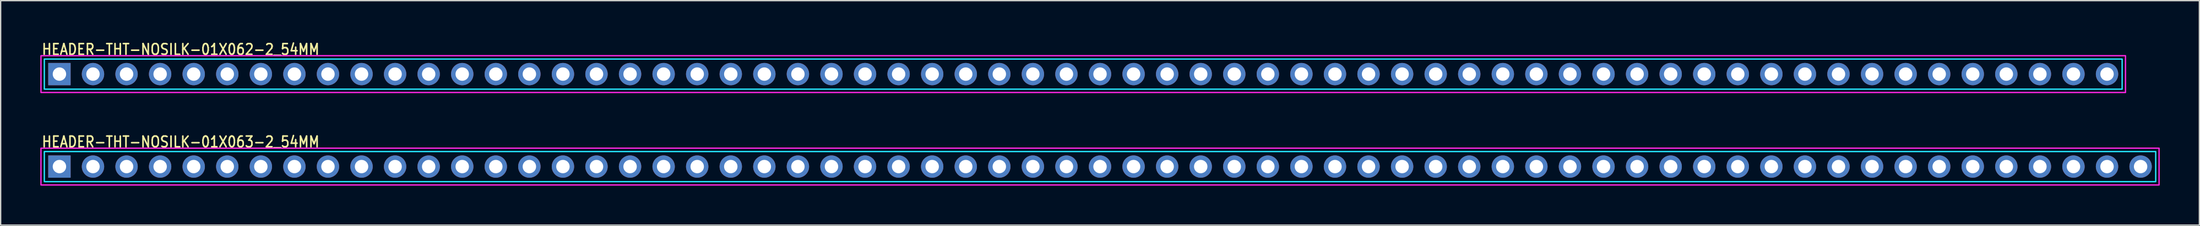
<source format=kicad_pcb>
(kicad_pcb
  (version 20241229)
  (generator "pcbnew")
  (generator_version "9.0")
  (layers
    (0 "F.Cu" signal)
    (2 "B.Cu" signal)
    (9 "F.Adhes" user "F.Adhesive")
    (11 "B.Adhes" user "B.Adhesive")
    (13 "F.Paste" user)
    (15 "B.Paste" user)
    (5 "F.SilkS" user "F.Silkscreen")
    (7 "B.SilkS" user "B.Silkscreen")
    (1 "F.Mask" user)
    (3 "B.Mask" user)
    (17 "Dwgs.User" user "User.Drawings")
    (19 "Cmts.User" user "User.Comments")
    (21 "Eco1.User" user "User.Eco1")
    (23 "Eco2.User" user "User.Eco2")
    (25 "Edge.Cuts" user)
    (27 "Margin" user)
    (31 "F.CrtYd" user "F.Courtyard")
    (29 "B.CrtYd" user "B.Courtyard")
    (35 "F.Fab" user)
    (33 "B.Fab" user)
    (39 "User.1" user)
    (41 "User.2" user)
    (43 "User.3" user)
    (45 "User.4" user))
  (footprint "HEADER-THT-NOSILK-01X063-2_54MM"
    (layer "F.Cu")
    (at 1.447 9.604)
    (property "Reference" "HEADER-THT-NOSILK-01X063-2_54MM" (at -1.4 -1.4 0) (unlocked yes) (layer "F.SilkS") (effects (font (size 0.813 0.695) (thickness 0.122)) (justify left bottom)))
    (fp_poly (pts (xy -1.143 -1.143) (xy 158.623 -1.143) (xy 158.623 1.143) (xy -1.143 1.143)) (stroke (width 0.1) (type solid)) (fill no) (layer "B.CrtYd"))
    (fp_poly (pts (xy -1.397 -1.397) (xy 158.877 -1.397) (xy 158.877 1.397) (xy -1.397 1.397)) (stroke (width 0.1) (type solid)) (fill no) (layer "F.CrtYd"))
    (pad "P$1" thru_hole rect (at 0 0) (size 1.693 1.693) (drill 1.016) (layers "*.Cu" "*.Mask"))
    (pad "P$2" thru_hole oval (at 2.54 0) (size 1.693 1.693) (drill 1.016) (layers "*.Cu" "*.Mask"))
    (pad "P$3" thru_hole oval (at 5.08 0) (size 1.693 1.693) (drill 1.016) (layers "*.Cu" "*.Mask"))
    (pad "P$4" thru_hole oval (at 7.62 0) (size 1.693 1.693) (drill 1.016) (layers "*.Cu" "*.Mask"))
    (pad "P$5" thru_hole oval (at 10.16 0) (size 1.693 1.693) (drill 1.016) (layers "*.Cu" "*.Mask"))
    (pad "P$6" thru_hole oval (at 12.7 0) (size 1.693 1.693) (drill 1.016) (layers "*.Cu" "*.Mask"))
    (pad "P$7" thru_hole oval (at 15.24 0) (size 1.693 1.693) (drill 1.016) (layers "*.Cu" "*.Mask"))
    (pad "P$8" thru_hole oval (at 17.78 0) (size 1.693 1.693) (drill 1.016) (layers "*.Cu" "*.Mask"))
    (pad "P$9" thru_hole oval (at 20.32 0) (size 1.693 1.693) (drill 1.016) (layers "*.Cu" "*.Mask"))
    (pad "P$10" thru_hole oval (at 22.86 0) (size 1.693 1.693) (drill 1.016) (layers "*.Cu" "*.Mask"))
    (pad "P$11" thru_hole oval (at 25.4 0) (size 1.693 1.693) (drill 1.016) (layers "*.Cu" "*.Mask"))
    (pad "P$12" thru_hole oval (at 27.94 0) (size 1.693 1.693) (drill 1.016) (layers "*.Cu" "*.Mask"))
    (pad "P$13" thru_hole oval (at 30.48 0) (size 1.693 1.693) (drill 1.016) (layers "*.Cu" "*.Mask"))
    (pad "P$14" thru_hole oval (at 33.02 0) (size 1.693 1.693) (drill 1.016) (layers "*.Cu" "*.Mask"))
    (pad "P$15" thru_hole oval (at 35.56 0) (size 1.693 1.693) (drill 1.016) (layers "*.Cu" "*.Mask"))
    (pad "P$16" thru_hole oval (at 38.1 0) (size 1.693 1.693) (drill 1.016) (layers "*.Cu" "*.Mask"))
    (pad "P$17" thru_hole oval (at 40.64 0) (size 1.693 1.693) (drill 1.016) (layers "*.Cu" "*.Mask"))
    (pad "P$18" thru_hole oval (at 43.18 0) (size 1.693 1.693) (drill 1.016) (layers "*.Cu" "*.Mask"))
    (pad "P$19" thru_hole oval (at 45.72 0) (size 1.693 1.693) (drill 1.016) (layers "*.Cu" "*.Mask"))
    (pad "P$20" thru_hole oval (at 48.26 0) (size 1.693 1.693) (drill 1.016) (layers "*.Cu" "*.Mask"))
    (pad "P$21" thru_hole oval (at 50.8 0) (size 1.693 1.693) (drill 1.016) (layers "*.Cu" "*.Mask"))
    (pad "P$22" thru_hole oval (at 53.34 0) (size 1.693 1.693) (drill 1.016) (layers "*.Cu" "*.Mask"))
    (pad "P$23" thru_hole oval (at 55.88 0) (size 1.693 1.693) (drill 1.016) (layers "*.Cu" "*.Mask"))
    (pad "P$24" thru_hole oval (at 58.42 0) (size 1.693 1.693) (drill 1.016) (layers "*.Cu" "*.Mask"))
    (pad "P$25" thru_hole oval (at 60.96 0) (size 1.693 1.693) (drill 1.016) (layers "*.Cu" "*.Mask"))
    (pad "P$26" thru_hole oval (at 63.5 0) (size 1.693 1.693) (drill 1.016) (layers "*.Cu" "*.Mask"))
    (pad "P$27" thru_hole oval (at 66.04 0) (size 1.693 1.693) (drill 1.016) (layers "*.Cu" "*.Mask"))
    (pad "P$28" thru_hole oval (at 68.58 0) (size 1.693 1.693) (drill 1.016) (layers "*.Cu" "*.Mask"))
    (pad "P$29" thru_hole oval (at 71.12 0) (size 1.693 1.693) (drill 1.016) (layers "*.Cu" "*.Mask"))
    (pad "P$30" thru_hole oval (at 73.66 0) (size 1.693 1.693) (drill 1.016) (layers "*.Cu" "*.Mask"))
    (pad "P$31" thru_hole oval (at 76.2 0) (size 1.693 1.693) (drill 1.016) (layers "*.Cu" "*.Mask"))
    (pad "P$32" thru_hole oval (at 78.74 0) (size 1.693 1.693) (drill 1.016) (layers "*.Cu" "*.Mask"))
    (pad "P$33" thru_hole oval (at 81.28 0) (size 1.693 1.693) (drill 1.016) (layers "*.Cu" "*.Mask"))
    (pad "P$34" thru_hole oval (at 83.82 0) (size 1.693 1.693) (drill 1.016) (layers "*.Cu" "*.Mask"))
    (pad "P$35" thru_hole oval (at 86.36 0) (size 1.693 1.693) (drill 1.016) (layers "*.Cu" "*.Mask"))
    (pad "P$36" thru_hole oval (at 88.9 0) (size 1.693 1.693) (drill 1.016) (layers "*.Cu" "*.Mask"))
    (pad "P$37" thru_hole oval (at 91.44 0) (size 1.693 1.693) (drill 1.016) (layers "*.Cu" "*.Mask"))
    (pad "P$38" thru_hole oval (at 93.98 0) (size 1.693 1.693) (drill 1.016) (layers "*.Cu" "*.Mask"))
    (pad "P$39" thru_hole oval (at 96.52 0) (size 1.693 1.693) (drill 1.016) (layers "*.Cu" "*.Mask"))
    (pad "P$40" thru_hole oval (at 99.06 0) (size 1.693 1.693) (drill 1.016) (layers "*.Cu" "*.Mask"))
    (pad "P$41" thru_hole oval (at 101.6 0) (size 1.693 1.693) (drill 1.016) (layers "*.Cu" "*.Mask"))
    (pad "P$42" thru_hole oval (at 104.14 0) (size 1.693 1.693) (drill 1.016) (layers "*.Cu" "*.Mask"))
    (pad "P$43" thru_hole oval (at 106.68 0) (size 1.693 1.693) (drill 1.016) (layers "*.Cu" "*.Mask"))
    (pad "P$44" thru_hole oval (at 109.22 0) (size 1.693 1.693) (drill 1.016) (layers "*.Cu" "*.Mask"))
    (pad "P$45" thru_hole oval (at 111.76 0) (size 1.693 1.693) (drill 1.016) (layers "*.Cu" "*.Mask"))
    (pad "P$46" thru_hole oval (at 114.3 0) (size 1.693 1.693) (drill 1.016) (layers "*.Cu" "*.Mask"))
    (pad "P$47" thru_hole oval (at 116.84 0) (size 1.693 1.693) (drill 1.016) (layers "*.Cu" "*.Mask"))
    (pad "P$48" thru_hole oval (at 119.38 0) (size 1.693 1.693) (drill 1.016) (layers "*.Cu" "*.Mask"))
    (pad "P$49" thru_hole oval (at 121.92 0) (size 1.693 1.693) (drill 1.016) (layers "*.Cu" "*.Mask"))
    (pad "P$50" thru_hole oval (at 124.46 0) (size 1.693 1.693) (drill 1.016) (layers "*.Cu" "*.Mask"))
    (pad "P$51" thru_hole oval (at 127 0) (size 1.693 1.693) (drill 1.016) (layers "*.Cu" "*.Mask"))
    (pad "P$52" thru_hole oval (at 129.54 0) (size 1.693 1.693) (drill 1.016) (layers "*.Cu" "*.Mask"))
    (pad "P$53" thru_hole oval (at 132.08 0) (size 1.693 1.693) (drill 1.016) (layers "*.Cu" "*.Mask"))
    (pad "P$54" thru_hole oval (at 134.62 0) (size 1.693 1.693) (drill 1.016) (layers "*.Cu" "*.Mask"))
    (pad "P$55" thru_hole oval (at 137.16 0) (size 1.693 1.693) (drill 1.016) (layers "*.Cu" "*.Mask"))
    (pad "P$56" thru_hole oval (at 139.7 0) (size 1.693 1.693) (drill 1.016) (layers "*.Cu" "*.Mask"))
    (pad "P$57" thru_hole oval (at 142.24 0) (size 1.693 1.693) (drill 1.016) (layers "*.Cu" "*.Mask"))
    (pad "P$58" thru_hole oval (at 144.78 0) (size 1.693 1.693) (drill 1.016) (layers "*.Cu" "*.Mask"))
    (pad "P$59" thru_hole oval (at 147.32 0) (size 1.693 1.693) (drill 1.016) (layers "*.Cu" "*.Mask"))
    (pad "P$60" thru_hole oval (at 149.86 0) (size 1.693 1.693) (drill 1.016) (layers "*.Cu" "*.Mask"))
    (pad "P$61" thru_hole oval (at 152.4 0) (size 1.693 1.693) (drill 1.016) (layers "*.Cu" "*.Mask"))
    (pad "P$62" thru_hole oval (at 154.94 0) (size 1.693 1.693) (drill 1.016) (layers "*.Cu" "*.Mask"))
    (pad "P$63" thru_hole oval (at 157.48 0) (size 1.693 1.693) (drill 1.016) (layers "*.Cu" "*.Mask")))
  (footprint "HEADER-THT-NOSILK-01X062-2_54MM"
    (layer "F.Cu")
    (at 1.447 2.579)
    (property "Reference" "HEADER-THT-NOSILK-01X062-2_54MM" (at -1.4 -1.4 0) (unlocked yes) (layer "F.SilkS") (effects (font (size 0.813 0.695) (thickness 0.122)) (justify left bottom)))
    (fp_poly (pts (xy -1.143 -1.143) (xy 156.083 -1.143) (xy 156.083 1.143) (xy -1.143 1.143)) (stroke (width 0.1) (type solid)) (fill no) (layer "B.CrtYd"))
    (fp_poly (pts (xy -1.397 -1.397) (xy 156.337 -1.397) (xy 156.337 1.397) (xy -1.397 1.397)) (stroke (width 0.1) (type solid)) (fill no) (layer "F.CrtYd"))
    (pad "P$1" thru_hole rect (at 0 0) (size 1.693 1.693) (drill 1.016) (layers "*.Cu" "*.Mask"))
    (pad "P$2" thru_hole oval (at 2.54 0) (size 1.693 1.693) (drill 1.016) (layers "*.Cu" "*.Mask"))
    (pad "P$3" thru_hole oval (at 5.08 0) (size 1.693 1.693) (drill 1.016) (layers "*.Cu" "*.Mask"))
    (pad "P$4" thru_hole oval (at 7.62 0) (size 1.693 1.693) (drill 1.016) (layers "*.Cu" "*.Mask"))
    (pad "P$5" thru_hole oval (at 10.16 0) (size 1.693 1.693) (drill 1.016) (layers "*.Cu" "*.Mask"))
    (pad "P$6" thru_hole oval (at 12.7 0) (size 1.693 1.693) (drill 1.016) (layers "*.Cu" "*.Mask"))
    (pad "P$7" thru_hole oval (at 15.24 0) (size 1.693 1.693) (drill 1.016) (layers "*.Cu" "*.Mask"))
    (pad "P$8" thru_hole oval (at 17.78 0) (size 1.693 1.693) (drill 1.016) (layers "*.Cu" "*.Mask"))
    (pad "P$9" thru_hole oval (at 20.32 0) (size 1.693 1.693) (drill 1.016) (layers "*.Cu" "*.Mask"))
    (pad "P$10" thru_hole oval (at 22.86 0) (size 1.693 1.693) (drill 1.016) (layers "*.Cu" "*.Mask"))
    (pad "P$11" thru_hole oval (at 25.4 0) (size 1.693 1.693) (drill 1.016) (layers "*.Cu" "*.Mask"))
    (pad "P$12" thru_hole oval (at 27.94 0) (size 1.693 1.693) (drill 1.016) (layers "*.Cu" "*.Mask"))
    (pad "P$13" thru_hole oval (at 30.48 0) (size 1.693 1.693) (drill 1.016) (layers "*.Cu" "*.Mask"))
    (pad "P$14" thru_hole oval (at 33.02 0) (size 1.693 1.693) (drill 1.016) (layers "*.Cu" "*.Mask"))
    (pad "P$15" thru_hole oval (at 35.56 0) (size 1.693 1.693) (drill 1.016) (layers "*.Cu" "*.Mask"))
    (pad "P$16" thru_hole oval (at 38.1 0) (size 1.693 1.693) (drill 1.016) (layers "*.Cu" "*.Mask"))
    (pad "P$17" thru_hole oval (at 40.64 0) (size 1.693 1.693) (drill 1.016) (layers "*.Cu" "*.Mask"))
    (pad "P$18" thru_hole oval (at 43.18 0) (size 1.693 1.693) (drill 1.016) (layers "*.Cu" "*.Mask"))
    (pad "P$19" thru_hole oval (at 45.72 0) (size 1.693 1.693) (drill 1.016) (layers "*.Cu" "*.Mask"))
    (pad "P$20" thru_hole oval (at 48.26 0) (size 1.693 1.693) (drill 1.016) (layers "*.Cu" "*.Mask"))
    (pad "P$21" thru_hole oval (at 50.8 0) (size 1.693 1.693) (drill 1.016) (layers "*.Cu" "*.Mask"))
    (pad "P$22" thru_hole oval (at 53.34 0) (size 1.693 1.693) (drill 1.016) (layers "*.Cu" "*.Mask"))
    (pad "P$23" thru_hole oval (at 55.88 0) (size 1.693 1.693) (drill 1.016) (layers "*.Cu" "*.Mask"))
    (pad "P$24" thru_hole oval (at 58.42 0) (size 1.693 1.693) (drill 1.016) (layers "*.Cu" "*.Mask"))
    (pad "P$25" thru_hole oval (at 60.96 0) (size 1.693 1.693) (drill 1.016) (layers "*.Cu" "*.Mask"))
    (pad "P$26" thru_hole oval (at 63.5 0) (size 1.693 1.693) (drill 1.016) (layers "*.Cu" "*.Mask"))
    (pad "P$27" thru_hole oval (at 66.04 0) (size 1.693 1.693) (drill 1.016) (layers "*.Cu" "*.Mask"))
    (pad "P$28" thru_hole oval (at 68.58 0) (size 1.693 1.693) (drill 1.016) (layers "*.Cu" "*.Mask"))
    (pad "P$29" thru_hole oval (at 71.12 0) (size 1.693 1.693) (drill 1.016) (layers "*.Cu" "*.Mask"))
    (pad "P$30" thru_hole oval (at 73.66 0) (size 1.693 1.693) (drill 1.016) (layers "*.Cu" "*.Mask"))
    (pad "P$31" thru_hole oval (at 76.2 0) (size 1.693 1.693) (drill 1.016) (layers "*.Cu" "*.Mask"))
    (pad "P$32" thru_hole oval (at 78.74 0) (size 1.693 1.693) (drill 1.016) (layers "*.Cu" "*.Mask"))
    (pad "P$33" thru_hole oval (at 81.28 0) (size 1.693 1.693) (drill 1.016) (layers "*.Cu" "*.Mask"))
    (pad "P$34" thru_hole oval (at 83.82 0) (size 1.693 1.693) (drill 1.016) (layers "*.Cu" "*.Mask"))
    (pad "P$35" thru_hole oval (at 86.36 0) (size 1.693 1.693) (drill 1.016) (layers "*.Cu" "*.Mask"))
    (pad "P$36" thru_hole oval (at 88.9 0) (size 1.693 1.693) (drill 1.016) (layers "*.Cu" "*.Mask"))
    (pad "P$37" thru_hole oval (at 91.44 0) (size 1.693 1.693) (drill 1.016) (layers "*.Cu" "*.Mask"))
    (pad "P$38" thru_hole oval (at 93.98 0) (size 1.693 1.693) (drill 1.016) (layers "*.Cu" "*.Mask"))
    (pad "P$39" thru_hole oval (at 96.52 0) (size 1.693 1.693) (drill 1.016) (layers "*.Cu" "*.Mask"))
    (pad "P$40" thru_hole oval (at 99.06 0) (size 1.693 1.693) (drill 1.016) (layers "*.Cu" "*.Mask"))
    (pad "P$41" thru_hole oval (at 101.6 0) (size 1.693 1.693) (drill 1.016) (layers "*.Cu" "*.Mask"))
    (pad "P$42" thru_hole oval (at 104.14 0) (size 1.693 1.693) (drill 1.016) (layers "*.Cu" "*.Mask"))
    (pad "P$43" thru_hole oval (at 106.68 0) (size 1.693 1.693) (drill 1.016) (layers "*.Cu" "*.Mask"))
    (pad "P$44" thru_hole oval (at 109.22 0) (size 1.693 1.693) (drill 1.016) (layers "*.Cu" "*.Mask"))
    (pad "P$45" thru_hole oval (at 111.76 0) (size 1.693 1.693) (drill 1.016) (layers "*.Cu" "*.Mask"))
    (pad "P$46" thru_hole oval (at 114.3 0) (size 1.693 1.693) (drill 1.016) (layers "*.Cu" "*.Mask"))
    (pad "P$47" thru_hole oval (at 116.84 0) (size 1.693 1.693) (drill 1.016) (layers "*.Cu" "*.Mask"))
    (pad "P$48" thru_hole oval (at 119.38 0) (size 1.693 1.693) (drill 1.016) (layers "*.Cu" "*.Mask"))
    (pad "P$49" thru_hole oval (at 121.92 0) (size 1.693 1.693) (drill 1.016) (layers "*.Cu" "*.Mask"))
    (pad "P$50" thru_hole oval (at 124.46 0) (size 1.693 1.693) (drill 1.016) (layers "*.Cu" "*.Mask"))
    (pad "P$51" thru_hole oval (at 127 0) (size 1.693 1.693) (drill 1.016) (layers "*.Cu" "*.Mask"))
    (pad "P$52" thru_hole oval (at 129.54 0) (size 1.693 1.693) (drill 1.016) (layers "*.Cu" "*.Mask"))
    (pad "P$53" thru_hole oval (at 132.08 0) (size 1.693 1.693) (drill 1.016) (layers "*.Cu" "*.Mask"))
    (pad "P$54" thru_hole oval (at 134.62 0) (size 1.693 1.693) (drill 1.016) (layers "*.Cu" "*.Mask"))
    (pad "P$55" thru_hole oval (at 137.16 0) (size 1.693 1.693) (drill 1.016) (layers "*.Cu" "*.Mask"))
    (pad "P$56" thru_hole oval (at 139.7 0) (size 1.693 1.693) (drill 1.016) (layers "*.Cu" "*.Mask"))
    (pad "P$57" thru_hole oval (at 142.24 0) (size 1.693 1.693) (drill 1.016) (layers "*.Cu" "*.Mask"))
    (pad "P$58" thru_hole oval (at 144.78 0) (size 1.693 1.693) (drill 1.016) (layers "*.Cu" "*.Mask"))
    (pad "P$59" thru_hole oval (at 147.32 0) (size 1.693 1.693) (drill 1.016) (layers "*.Cu" "*.Mask"))
    (pad "P$60" thru_hole oval (at 149.86 0) (size 1.693 1.693) (drill 1.016) (layers "*.Cu" "*.Mask"))
    (pad "P$61" thru_hole oval (at 152.4 0) (size 1.693 1.693) (drill 1.016) (layers "*.Cu" "*.Mask"))
    (pad "P$62" thru_hole oval (at 154.94 0) (size 1.693 1.693) (drill 1.016) (layers "*.Cu" "*.Mask")))
  (gr_rect
    (start -3 -3)
    (end 163.374 14.051)
    (stroke (width 0.1) (type default))
    (fill no)
    (layer "Edge.Cuts")))
</source>
